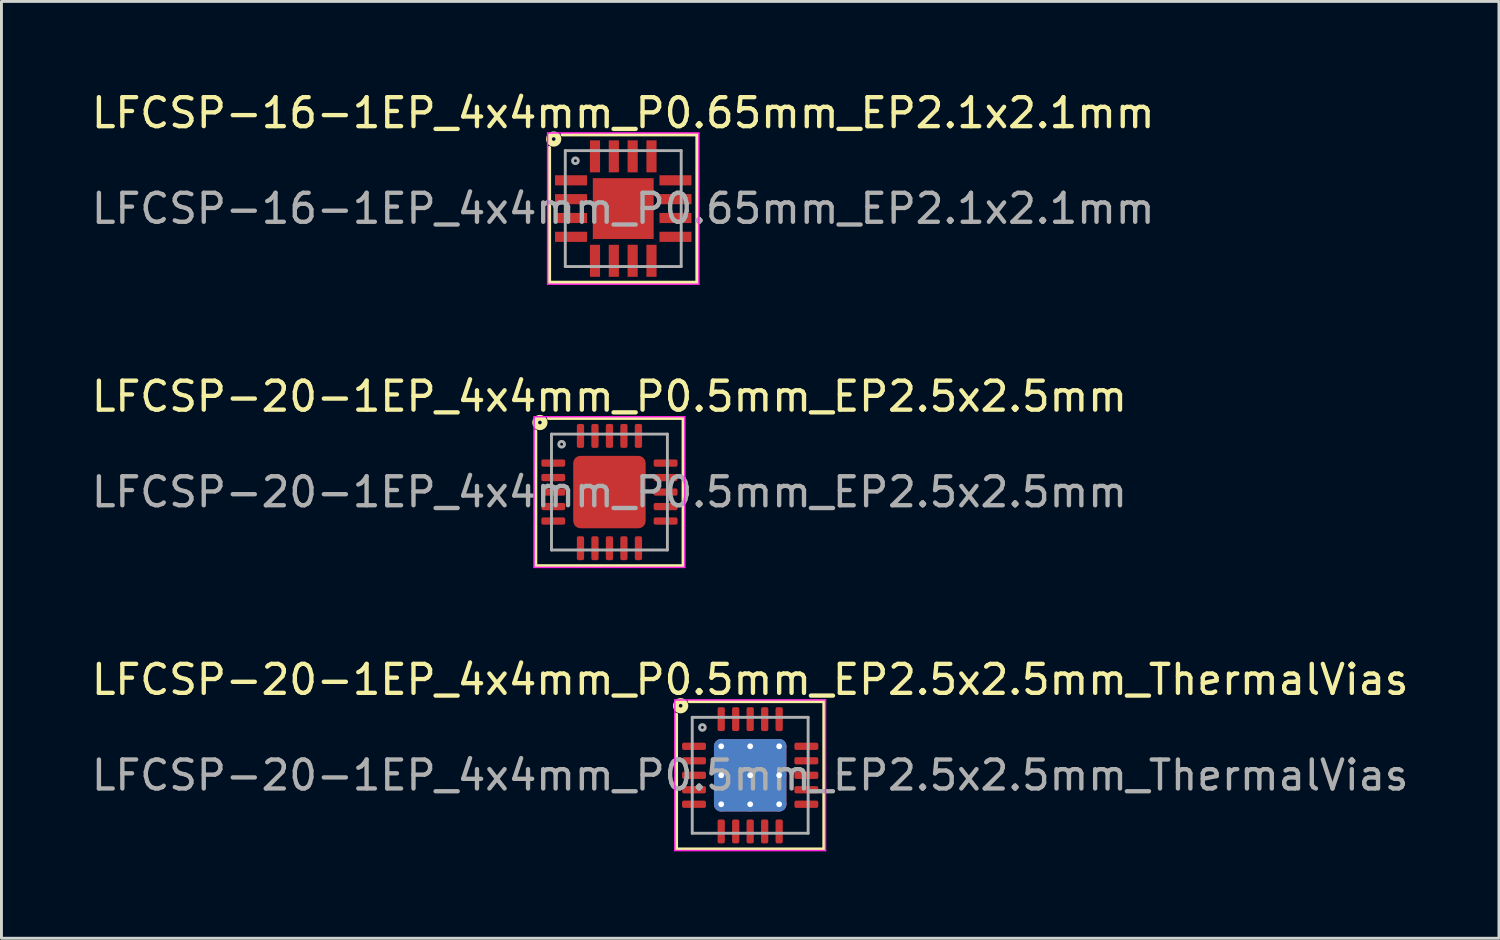
<source format=kicad_pcb>
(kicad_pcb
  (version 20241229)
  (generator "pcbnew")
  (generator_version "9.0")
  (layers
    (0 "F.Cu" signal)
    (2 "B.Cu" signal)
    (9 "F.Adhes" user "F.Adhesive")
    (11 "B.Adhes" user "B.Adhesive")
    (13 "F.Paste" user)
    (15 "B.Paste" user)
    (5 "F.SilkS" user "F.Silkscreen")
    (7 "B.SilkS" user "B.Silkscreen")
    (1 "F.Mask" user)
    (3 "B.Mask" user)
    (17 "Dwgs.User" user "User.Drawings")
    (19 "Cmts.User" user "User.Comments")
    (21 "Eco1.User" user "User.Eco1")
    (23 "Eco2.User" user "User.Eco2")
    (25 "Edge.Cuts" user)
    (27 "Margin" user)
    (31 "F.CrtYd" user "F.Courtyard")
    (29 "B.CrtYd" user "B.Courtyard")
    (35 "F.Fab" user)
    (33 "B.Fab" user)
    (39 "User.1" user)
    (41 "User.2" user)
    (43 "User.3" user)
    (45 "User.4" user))
  (footprint "LFCSP-20-1EP_4x4mm_P0.5mm_EP2.5x2.5mm_ThermalVias"
    (layer "F.Cu")
    (at 22.839 23.705)
    (property "Reference" "LFCSP-20-1EP_4x4mm_P0.5mm_EP2.5x2.5mm_ThermalVias" (at 0 -3.3 0) (layer "F.SilkS") (effects (font (size 1 1) (thickness 0.15))))
    (attr smd)
    (fp_line (start -2.55 2.55) (end -2.55 -2.1) (stroke (width 0.12) (type solid)) (layer "F.SilkS"))
    (fp_line (start 2.55 -2.55) (end -2.1 -2.55) (stroke (width 0.12) (type solid)) (layer "F.SilkS"))
    (fp_line (start 2.55 -2.55) (end 2.55 2.55) (stroke (width 0.12) (type solid)) (layer "F.SilkS"))
    (fp_line (start 2.55 2.55) (end -2.55 2.55) (stroke (width 0.12) (type solid)) (layer "F.SilkS"))
    (fp_circle (center -2.4 -2.4) (end -2.337 -2.4) (stroke (width 0.2) (type solid)) (fill no) (layer "F.SilkS"))
    (fp_line (start -2.6 -2.6) (end -2.6 2.6) (stroke (width 0.05) (type solid)) (layer "F.CrtYd"))
    (fp_line (start -2.6 2.6) (end 2.6 2.6) (stroke (width 0.05) (type solid)) (layer "F.CrtYd"))
    (fp_line (start 2.6 -2.6) (end -2.6 -2.6) (stroke (width 0.05) (type solid)) (layer "F.CrtYd"))
    (fp_line (start 2.6 2.6) (end 2.6 -2.6) (stroke (width 0.05) (type solid)) (layer "F.CrtYd"))
    (fp_line (start -2 -2) (end 2 -2) (stroke (width 0.1) (type solid)) (layer "F.Fab"))
    (fp_line (start -2 2) (end -2 -2) (stroke (width 0.1) (type solid)) (layer "F.Fab"))
    (fp_line (start 2 -2) (end 2 2) (stroke (width 0.1) (type solid)) (layer "F.Fab"))
    (fp_line (start 2 2) (end -2 2) (stroke (width 0.1) (type solid)) (layer "F.Fab"))
    (fp_circle (center -1.65 -1.65) (end -1.55 -1.65) (stroke (width 0.1) (type solid)) (fill no) (layer "F.Fab"))
    (fp_text user "${REFERENCE}" (at 0 0 0) (layer "F.Fab") (effects (font (size 1 1) (thickness 0.15))))
    (pad "" smd roundrect (at -0.625 -0.625) (size 1.08 1.08) (layers "F.Paste") (roundrect_rratio 0.231))
    (pad "" smd roundrect (at -0.625 0.625) (size 1.08 1.08) (layers "F.Paste") (roundrect_rratio 0.231))
    (pad "" smd roundrect (at 0.625 -0.625) (size 1.08 1.08) (layers "F.Paste") (roundrect_rratio 0.231))
    (pad "" smd roundrect (at 0.625 0.625) (size 1.08 1.08) (layers "F.Paste") (roundrect_rratio 0.231))
    (pad "1" smd roundrect (at -1.938 -1) (size 0.825 0.25) (layers "F.Cu" "F.Mask" "F.Paste") (roundrect_rratio 0.25))
    (pad "2" smd roundrect (at -1.938 -0.5) (size 0.825 0.25) (layers "F.Cu" "F.Mask" "F.Paste") (roundrect_rratio 0.25))
    (pad "3" smd roundrect (at -1.938 0) (size 0.825 0.25) (layers "F.Cu" "F.Mask" "F.Paste") (roundrect_rratio 0.25))
    (pad "4" smd roundrect (at -1.938 0.5) (size 0.825 0.25) (layers "F.Cu" "F.Mask" "F.Paste") (roundrect_rratio 0.25))
    (pad "5" smd roundrect (at -1.938 1) (size 0.825 0.25) (layers "F.Cu" "F.Mask" "F.Paste") (roundrect_rratio 0.25))
    (pad "6" smd roundrect (at -1 1.938) (size 0.25 0.825) (layers "F.Cu" "F.Mask" "F.Paste") (roundrect_rratio 0.25))
    (pad "7" smd roundrect (at -0.5 1.938) (size 0.25 0.825) (layers "F.Cu" "F.Mask" "F.Paste") (roundrect_rratio 0.25))
    (pad "8" smd roundrect (at 0 1.938) (size 0.25 0.825) (layers "F.Cu" "F.Mask" "F.Paste") (roundrect_rratio 0.25))
    (pad "9" smd roundrect (at 0.5 1.938) (size 0.25 0.825) (layers "F.Cu" "F.Mask" "F.Paste") (roundrect_rratio 0.25))
    (pad "10" smd roundrect (at 1 1.938) (size 0.25 0.825) (layers "F.Cu" "F.Mask" "F.Paste") (roundrect_rratio 0.25))
    (pad "11" smd roundrect (at 1.938 1) (size 0.825 0.25) (layers "F.Cu" "F.Mask" "F.Paste") (roundrect_rratio 0.25))
    (pad "12" smd roundrect (at 1.938 0.5) (size 0.825 0.25) (layers "F.Cu" "F.Mask" "F.Paste") (roundrect_rratio 0.25))
    (pad "13" smd roundrect (at 1.938 0) (size 0.825 0.25) (layers "F.Cu" "F.Mask" "F.Paste") (roundrect_rratio 0.25))
    (pad "14" smd roundrect (at 1.938 -0.5) (size 0.825 0.25) (layers "F.Cu" "F.Mask" "F.Paste") (roundrect_rratio 0.25))
    (pad "15" smd roundrect (at 1.938 -1) (size 0.825 0.25) (layers "F.Cu" "F.Mask" "F.Paste") (roundrect_rratio 0.25))
    (pad "16" smd roundrect (at 1 -1.938) (size 0.25 0.825) (layers "F.Cu" "F.Mask" "F.Paste") (roundrect_rratio 0.25))
    (pad "17" smd roundrect (at 0.5 -1.938) (size 0.25 0.825) (layers "F.Cu" "F.Mask" "F.Paste") (roundrect_rratio 0.25))
    (pad "18" smd roundrect (at 0 -1.938) (size 0.25 0.825) (layers "F.Cu" "F.Mask" "F.Paste") (roundrect_rratio 0.25))
    (pad "19" smd roundrect (at -0.5 -1.938) (size 0.25 0.825) (layers "F.Cu" "F.Mask" "F.Paste") (roundrect_rratio 0.25))
    (pad "20" smd roundrect (at -1 -1.938) (size 0.25 0.825) (layers "F.Cu" "F.Mask" "F.Paste") (roundrect_rratio 0.25))
    (pad "21" thru_hole circle (at -1 -1) (size 0.5 0.5) (drill 0.2) (layers "*.Cu"))
    (pad "21" thru_hole circle (at -1 0) (size 0.5 0.5) (drill 0.2) (layers "*.Cu"))
    (pad "21" thru_hole circle (at -1 1) (size 0.5 0.5) (drill 0.2) (layers "*.Cu"))
    (pad "21" thru_hole circle (at 0 -1) (size 0.5 0.5) (drill 0.2) (layers "*.Cu"))
    (pad "21" thru_hole circle (at 0 0) (size 0.5 0.5) (drill 0.2) (layers "*.Cu"))
    (pad "21" smd roundrect (at 0 0) (size 2.5 2.5) (layers "F.Cu" "F.Mask") (roundrect_rratio 0.1))
    (pad "21" smd roundrect (at 0 0) (size 2.5 2.5) (layers "B.Cu" "B.Mask") (roundrect_rratio 0.1))
    (pad "21" thru_hole circle (at 0 1) (size 0.5 0.5) (drill 0.2) (layers "*.Cu"))
    (pad "21" thru_hole circle (at 1 -1) (size 0.5 0.5) (drill 0.2) (layers "*.Cu"))
    (pad "21" thru_hole circle (at 1 0) (size 0.5 0.5) (drill 0.2) (layers "*.Cu"))
    (pad "21" thru_hole circle (at 1 1) (size 0.5 0.5) (drill 0.2) (layers "*.Cu")))
  (footprint "LFCSP-20-1EP_4x4mm_P0.5mm_EP2.5x2.5mm"
    (layer "F.Cu")
    (at 17.982 13.931)
    (property "Reference" "LFCSP-20-1EP_4x4mm_P0.5mm_EP2.5x2.5mm" (at 0 -3.3 0) (layer "F.SilkS") (effects (font (size 1 1) (thickness 0.15))))
    (attr smd)
    (fp_line (start -2.55 2.55) (end -2.55 -2.1) (stroke (width 0.12) (type solid)) (layer "F.SilkS"))
    (fp_line (start 2.55 -2.55) (end -2.1 -2.55) (stroke (width 0.12) (type solid)) (layer "F.SilkS"))
    (fp_line (start 2.55 -2.55) (end 2.55 2.55) (stroke (width 0.12) (type solid)) (layer "F.SilkS"))
    (fp_line (start 2.55 2.55) (end -2.55 2.55) (stroke (width 0.12) (type solid)) (layer "F.SilkS"))
    (fp_circle (center -2.4 -2.4) (end -2.337 -2.4) (stroke (width 0.2) (type solid)) (fill no) (layer "F.SilkS"))
    (fp_line (start -2.6 -2.6) (end -2.6 2.6) (stroke (width 0.05) (type solid)) (layer "F.CrtYd"))
    (fp_line (start -2.6 2.6) (end 2.6 2.6) (stroke (width 0.05) (type solid)) (layer "F.CrtYd"))
    (fp_line (start 2.6 -2.6) (end -2.6 -2.6) (stroke (width 0.05) (type solid)) (layer "F.CrtYd"))
    (fp_line (start 2.6 2.6) (end 2.6 -2.6) (stroke (width 0.05) (type solid)) (layer "F.CrtYd"))
    (fp_line (start -2 -2) (end 2 -2) (stroke (width 0.1) (type solid)) (layer "F.Fab"))
    (fp_line (start -2 2) (end -2 -2) (stroke (width 0.1) (type solid)) (layer "F.Fab"))
    (fp_line (start 2 -2) (end 2 2) (stroke (width 0.1) (type solid)) (layer "F.Fab"))
    (fp_line (start 2 2) (end -2 2) (stroke (width 0.1) (type solid)) (layer "F.Fab"))
    (fp_circle (center -1.65 -1.65) (end -1.55 -1.65) (stroke (width 0.1) (type solid)) (fill no) (layer "F.Fab"))
    (fp_text user "${REFERENCE}" (at 0 0 0) (layer "F.Fab") (effects (font (size 1 1) (thickness 0.15))))
    (pad "" smd roundrect (at -0.625 -0.625) (size 1.01 1.01) (layers "F.Paste") (roundrect_rratio 0.248))
    (pad "" smd roundrect (at -0.625 0.625) (size 1.01 1.01) (layers "F.Paste") (roundrect_rratio 0.248))
    (pad "" smd roundrect (at 0.625 -0.625) (size 1.01 1.01) (layers "F.Paste") (roundrect_rratio 0.248))
    (pad "" smd roundrect (at 0.625 0.625) (size 1.01 1.01) (layers "F.Paste") (roundrect_rratio 0.248))
    (pad "1" smd roundrect (at -1.938 -1) (size 0.825 0.25) (layers "F.Cu" "F.Mask" "F.Paste") (roundrect_rratio 0.25))
    (pad "2" smd roundrect (at -1.938 -0.5) (size 0.825 0.25) (layers "F.Cu" "F.Mask" "F.Paste") (roundrect_rratio 0.25))
    (pad "3" smd roundrect (at -1.938 0) (size 0.825 0.25) (layers "F.Cu" "F.Mask" "F.Paste") (roundrect_rratio 0.25))
    (pad "4" smd roundrect (at -1.938 0.5) (size 0.825 0.25) (layers "F.Cu" "F.Mask" "F.Paste") (roundrect_rratio 0.25))
    (pad "5" smd roundrect (at -1.938 1) (size 0.825 0.25) (layers "F.Cu" "F.Mask" "F.Paste") (roundrect_rratio 0.25))
    (pad "6" smd roundrect (at -1 1.938) (size 0.25 0.825) (layers "F.Cu" "F.Mask" "F.Paste") (roundrect_rratio 0.25))
    (pad "7" smd roundrect (at -0.5 1.938) (size 0.25 0.825) (layers "F.Cu" "F.Mask" "F.Paste") (roundrect_rratio 0.25))
    (pad "8" smd roundrect (at 0 1.938) (size 0.25 0.825) (layers "F.Cu" "F.Mask" "F.Paste") (roundrect_rratio 0.25))
    (pad "9" smd roundrect (at 0.5 1.938) (size 0.25 0.825) (layers "F.Cu" "F.Mask" "F.Paste") (roundrect_rratio 0.25))
    (pad "10" smd roundrect (at 1 1.938) (size 0.25 0.825) (layers "F.Cu" "F.Mask" "F.Paste") (roundrect_rratio 0.25))
    (pad "11" smd roundrect (at 1.938 1) (size 0.825 0.25) (layers "F.Cu" "F.Mask" "F.Paste") (roundrect_rratio 0.25))
    (pad "12" smd roundrect (at 1.938 0.5) (size 0.825 0.25) (layers "F.Cu" "F.Mask" "F.Paste") (roundrect_rratio 0.25))
    (pad "13" smd roundrect (at 1.938 0) (size 0.825 0.25) (layers "F.Cu" "F.Mask" "F.Paste") (roundrect_rratio 0.25))
    (pad "14" smd roundrect (at 1.938 -0.5) (size 0.825 0.25) (layers "F.Cu" "F.Mask" "F.Paste") (roundrect_rratio 0.25))
    (pad "15" smd roundrect (at 1.938 -1) (size 0.825 0.25) (layers "F.Cu" "F.Mask" "F.Paste") (roundrect_rratio 0.25))
    (pad "16" smd roundrect (at 1 -1.938) (size 0.25 0.825) (layers "F.Cu" "F.Mask" "F.Paste") (roundrect_rratio 0.25))
    (pad "17" smd roundrect (at 0.5 -1.938) (size 0.25 0.825) (layers "F.Cu" "F.Mask" "F.Paste") (roundrect_rratio 0.25))
    (pad "18" smd roundrect (at 0 -1.938) (size 0.25 0.825) (layers "F.Cu" "F.Mask" "F.Paste") (roundrect_rratio 0.25))
    (pad "19" smd roundrect (at -0.5 -1.938) (size 0.25 0.825) (layers "F.Cu" "F.Mask" "F.Paste") (roundrect_rratio 0.25))
    (pad "20" smd roundrect (at -1 -1.938) (size 0.25 0.825) (layers "F.Cu" "F.Mask" "F.Paste") (roundrect_rratio 0.25))
    (pad "21" smd roundrect (at 0 0) (size 2.5 2.5) (layers "F.Cu" "F.Mask") (roundrect_rratio 0.1)))
  (footprint "LFCSP-16-1EP_4x4mm_P0.65mm_EP2.1x2.1mm"
    (layer "F.Cu")
    (at 18.458 4.148)
    (property "Reference" "LFCSP-16-1EP_4x4mm_P0.65mm_EP2.1x2.1mm" (at 0 -3.3 0) (layer "F.SilkS") (effects (font (size 1 1) (thickness 0.15))))
    (attr smd)
    (fp_line (start -2.55 2.55) (end -2.55 -2.1) (stroke (width 0.12) (type solid)) (layer "F.SilkS"))
    (fp_line (start 2.55 -2.55) (end -2.1 -2.55) (stroke (width 0.12) (type solid)) (layer "F.SilkS"))
    (fp_line (start 2.55 -2.55) (end 2.55 2.55) (stroke (width 0.12) (type solid)) (layer "F.SilkS"))
    (fp_line (start 2.55 2.55) (end -2.55 2.55) (stroke (width 0.12) (type solid)) (layer "F.SilkS"))
    (fp_circle (center -2.4 -2.4) (end -2.337 -2.4) (stroke (width 0.2) (type solid)) (fill no) (layer "F.SilkS"))
    (fp_line (start -2.61 -2.61) (end 2.61 -2.61) (stroke (width 0.05) (type solid)) (layer "F.CrtYd"))
    (fp_line (start -2.61 2.61) (end -2.61 -2.61) (stroke (width 0.05) (type solid)) (layer "F.CrtYd"))
    (fp_line (start 2.61 -2.61) (end 2.61 2.61) (stroke (width 0.05) (type solid)) (layer "F.CrtYd"))
    (fp_line (start 2.61 2.61) (end -2.61 2.61) (stroke (width 0.05) (type solid)) (layer "F.CrtYd"))
    (fp_line (start -2 -2) (end 2 -2) (stroke (width 0.1) (type solid)) (layer "F.Fab"))
    (fp_line (start -2 2) (end -2 -2) (stroke (width 0.1) (type solid)) (layer "F.Fab"))
    (fp_line (start 2 -2) (end 2 2) (stroke (width 0.1) (type solid)) (layer "F.Fab"))
    (fp_line (start 2 2) (end -2 2) (stroke (width 0.1) (type solid)) (layer "F.Fab"))
    (fp_circle (center -1.65 -1.65) (end -1.55 -1.65) (stroke (width 0.1) (type solid)) (fill no) (layer "F.Fab"))
    (fp_text user "${REFERENCE}" (at 0 0 0) (layer "F.Fab") (effects (font (size 1 1) (thickness 0.15))))
    (pad "" smd rect (at -0.525 -0.525) (size 0.9 0.9) (layers "F.Paste"))
    (pad "" smd rect (at -0.525 0.525) (size 0.9 0.9) (layers "F.Paste"))
    (pad "" smd rect (at 0.525 -0.525) (size 0.9 0.9) (layers "F.Paste"))
    (pad "" smd rect (at 0.525 0.525) (size 0.9 0.9) (layers "F.Paste"))
    (pad "1" smd rect (at -1.802 -0.975) (size 1.105 0.35) (layers "F.Cu" "F.Mask" "F.Paste"))
    (pad "2" smd rect (at -1.802 -0.325) (size 1.105 0.35) (layers "F.Cu" "F.Mask" "F.Paste"))
    (pad "3" smd rect (at -1.802 0.325) (size 1.105 0.35) (layers "F.Cu" "F.Mask" "F.Paste"))
    (pad "4" smd rect (at -1.802 0.975) (size 1.105 0.35) (layers "F.Cu" "F.Mask" "F.Paste"))
    (pad "5" smd rect (at -0.975 1.802) (size 0.35 1.105) (layers "F.Cu" "F.Mask" "F.Paste"))
    (pad "6" smd rect (at -0.325 1.802) (size 0.35 1.105) (layers "F.Cu" "F.Mask" "F.Paste"))
    (pad "7" smd rect (at 0.325 1.802) (size 0.35 1.105) (layers "F.Cu" "F.Mask" "F.Paste"))
    (pad "8" smd rect (at 0.975 1.802) (size 0.35 1.105) (layers "F.Cu" "F.Mask" "F.Paste"))
    (pad "9" smd rect (at 1.802 0.975) (size 1.105 0.35) (layers "F.Cu" "F.Mask" "F.Paste"))
    (pad "10" smd rect (at 1.802 0.325) (size 1.105 0.35) (layers "F.Cu" "F.Mask" "F.Paste"))
    (pad "11" smd rect (at 1.802 -0.325) (size 1.105 0.35) (layers "F.Cu" "F.Mask" "F.Paste"))
    (pad "12" smd rect (at 1.802 -0.975) (size 1.105 0.35) (layers "F.Cu" "F.Mask" "F.Paste"))
    (pad "13" smd rect (at 0.975 -1.802) (size 0.35 1.105) (layers "F.Cu" "F.Mask" "F.Paste"))
    (pad "14" smd rect (at 0.325 -1.802) (size 0.35 1.105) (layers "F.Cu" "F.Mask" "F.Paste"))
    (pad "15" smd rect (at -0.325 -1.802) (size 0.35 1.105) (layers "F.Cu" "F.Mask" "F.Paste"))
    (pad "16" smd rect (at -0.975 -1.802) (size 0.35 1.105) (layers "F.Cu" "F.Mask" "F.Paste"))
    (pad "17" smd rect (at 0 0) (size 2.1 2.1) (layers "F.Cu" "F.Mask")))
  (gr_rect
    (start -3 -3)
    (end 48.679 29.33)
    (stroke (width 0.1) (type default))
    (fill no)
    (layer "Edge.Cuts")))
</source>
